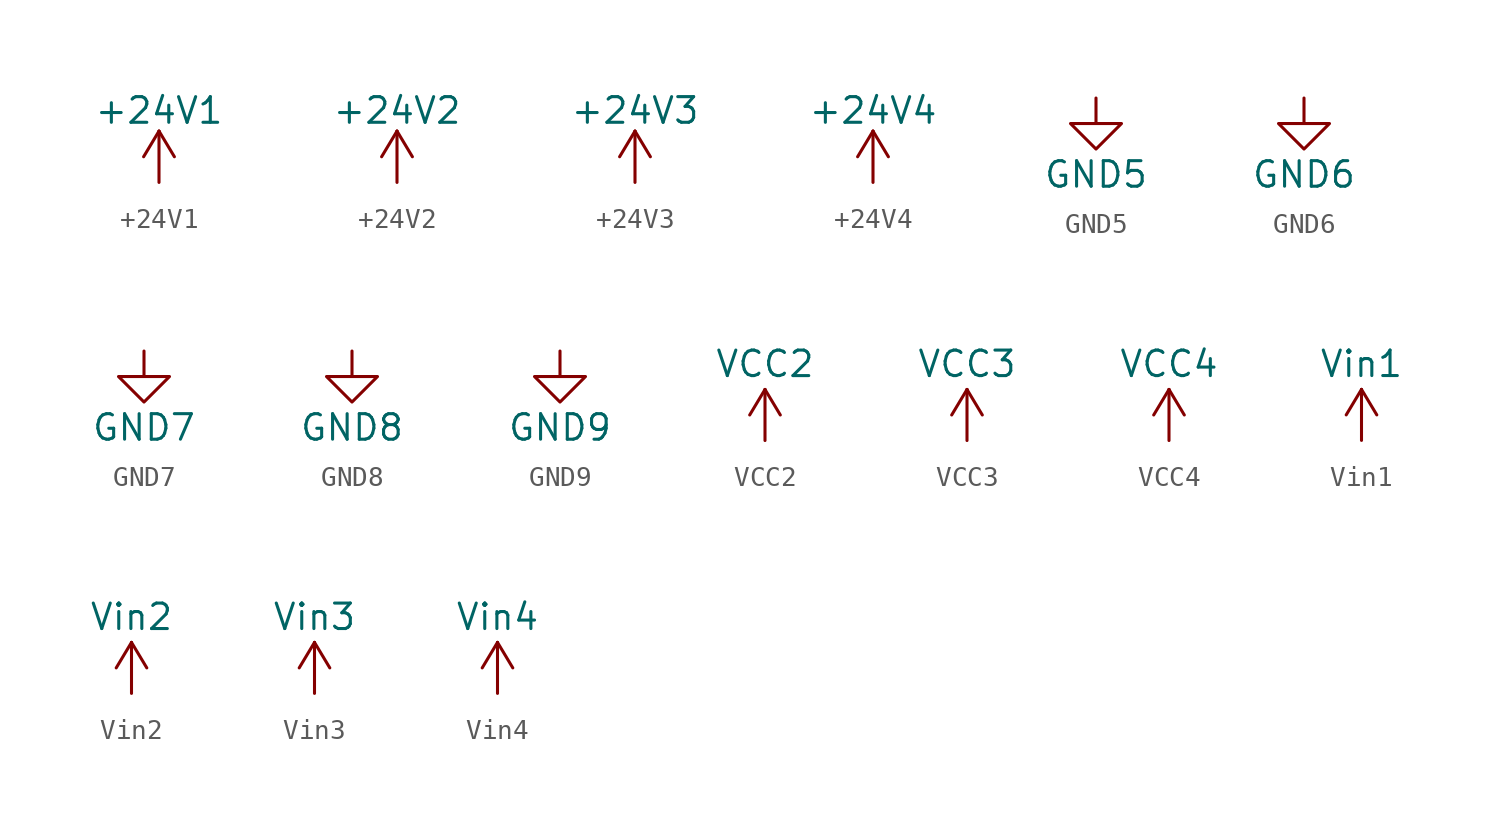
<source format=kicad_sym>
(kicad_symbol_lib
  (version 20211014)
  (generator kicad_symbol_editor)
  (symbol "+24V1"
    (power)
    (pin_names
      (offset 0))
    (property "Reference" "#PWR"
      (at 0 -3.81 0)
      (effects (font (size 1.27 1.27)) hide))
    (property "Value" "+24V1"
      (at 0 3.556 0)
      (effects (font (size 1.27 1.27))))
    (symbol "+24V1_0_1"
      (polyline (pts (xy -0.762 1.27) (xy 0 2.54)) (stroke (width 0) (type default) (color 0 0 0 0)) (fill (type none)))
      (polyline (pts (xy 0 0) (xy 0 2.54)) (stroke (width 0) (type default) (color 0 0 0 0)) (fill (type none)))
      (polyline (pts (xy 0 2.54) (xy 0.762 1.27)) (stroke (width 0) (type default) (color 0 0 0 0)) (fill (type none))))
    (symbol "+24V1_1_1"
      (pin power_in line (at 0 0 90) (length 0) hide (name "+24V1" (effects (font (size 1.27 1.27)))) (number "1" (effects (font (size 1.27 1.27)))))))
  (symbol "+24V2"
    (power)
    (pin_names
      (offset 0))
    (property "Reference" "#PWR"
      (at 0 -3.81 0)
      (effects (font (size 1.27 1.27)) hide))
    (property "Value" "+24V2"
      (at 0 3.556 0)
      (effects (font (size 1.27 1.27))))
    (symbol "+24V2_0_1"
      (polyline (pts (xy -0.762 1.27) (xy 0 2.54)) (stroke (width 0) (type default) (color 0 0 0 0)) (fill (type none)))
      (polyline (pts (xy 0 0) (xy 0 2.54)) (stroke (width 0) (type default) (color 0 0 0 0)) (fill (type none)))
      (polyline (pts (xy 0 2.54) (xy 0.762 1.27)) (stroke (width 0) (type default) (color 0 0 0 0)) (fill (type none))))
    (symbol "+24V2_1_1"
      (pin power_in line (at 0 0 90) (length 0) hide (name "+24V2" (effects (font (size 1.27 1.27)))) (number "1" (effects (font (size 1.27 1.27)))))))
  (symbol "+24V3"
    (power)
    (pin_names
      (offset 0))
    (property "Reference" "#PWR"
      (at 0 -3.81 0)
      (effects (font (size 1.27 1.27)) hide))
    (property "Value" "+24V3"
      (at 0 3.556 0)
      (effects (font (size 1.27 1.27))))
    (symbol "+24V3_0_1"
      (polyline (pts (xy -0.762 1.27) (xy 0 2.54)) (stroke (width 0) (type default) (color 0 0 0 0)) (fill (type none)))
      (polyline (pts (xy 0 0) (xy 0 2.54)) (stroke (width 0) (type default) (color 0 0 0 0)) (fill (type none)))
      (polyline (pts (xy 0 2.54) (xy 0.762 1.27)) (stroke (width 0) (type default) (color 0 0 0 0)) (fill (type none))))
    (symbol "+24V3_1_1"
      (pin power_in line (at 0 0 90) (length 0) hide (name "+24V3" (effects (font (size 1.27 1.27)))) (number "1" (effects (font (size 1.27 1.27)))))))
  (symbol "+24V4"
    (power)
    (pin_names
      (offset 0))
    (property "Reference" "#PWR"
      (at 0 -3.81 0)
      (effects (font (size 1.27 1.27)) hide))
    (property "Value" "+24V4"
      (at 0 3.556 0)
      (effects (font (size 1.27 1.27))))
    (symbol "+24V4_0_1"
      (polyline (pts (xy -0.762 1.27) (xy 0 2.54)) (stroke (width 0) (type default) (color 0 0 0 0)) (fill (type none)))
      (polyline (pts (xy 0 0) (xy 0 2.54)) (stroke (width 0) (type default) (color 0 0 0 0)) (fill (type none)))
      (polyline (pts (xy 0 2.54) (xy 0.762 1.27)) (stroke (width 0) (type default) (color 0 0 0 0)) (fill (type none))))
    (symbol "+24V4_1_1"
      (pin power_in line (at 0 0 90) (length 0) hide (name "+24V4" (effects (font (size 1.27 1.27)))) (number "1" (effects (font (size 1.27 1.27)))))))
  (symbol "GND5"
    (power)
    (pin_names
      (offset 0))
    (property "Reference" "#PWR"
      (at 0 -6.35 0)
      (effects (font (size 1.27 1.27)) hide))
    (property "Value" "GND5"
      (at 0 -3.81 0)
      (effects (font (size 1.27 1.27))))
    (symbol "GND5_0_1"
      (polyline (pts (xy 0 0) (xy 0 -1.27) (xy 1.27 -1.27) (xy 0 -2.54) (xy -1.27 -1.27) (xy 0 -1.27)) (stroke (width 0) (type default) (color 0 0 0 0)) (fill (type none))))
    (symbol "GND5_1_1"
      (pin power_in line (at 0 0 270) (length 0) hide (name "GND5" (effects (font (size 1.27 1.27)))) (number "1" (effects (font (size 1.27 1.27)))))))
  (symbol "GND6"
    (power)
    (pin_names
      (offset 0))
    (property "Reference" "#PWR"
      (at 0 -6.35 0)
      (effects (font (size 1.27 1.27)) hide))
    (property "Value" "GND6"
      (at 0 -3.81 0)
      (effects (font (size 1.27 1.27))))
    (symbol "GND6_0_1"
      (polyline (pts (xy 0 0) (xy 0 -1.27) (xy 1.27 -1.27) (xy 0 -2.54) (xy -1.27 -1.27) (xy 0 -1.27)) (stroke (width 0) (type default) (color 0 0 0 0)) (fill (type none))))
    (symbol "GND6_1_1"
      (pin power_in line (at 0 0 270) (length 0) hide (name "GND6" (effects (font (size 1.27 1.27)))) (number "1" (effects (font (size 1.27 1.27)))))))
  (symbol "GND7"
    (power)
    (pin_names
      (offset 0))
    (property "Reference" "#PWR"
      (at 0 -6.35 0)
      (effects (font (size 1.27 1.27)) hide))
    (property "Value" "GND7"
      (at 0 -3.81 0)
      (effects (font (size 1.27 1.27))))
    (symbol "GND7_0_1"
      (polyline (pts (xy 0 0) (xy 0 -1.27) (xy 1.27 -1.27) (xy 0 -2.54) (xy -1.27 -1.27) (xy 0 -1.27)) (stroke (width 0) (type default) (color 0 0 0 0)) (fill (type none))))
    (symbol "GND7_1_1"
      (pin power_in line (at 0 0 270) (length 0) hide (name "GND7" (effects (font (size 1.27 1.27)))) (number "1" (effects (font (size 1.27 1.27)))))))
  (symbol "GND8"
    (power)
    (pin_names
      (offset 0))
    (property "Reference" "#PWR"
      (at 0 -6.35 0)
      (effects (font (size 1.27 1.27)) hide))
    (property "Value" "GND8"
      (at 0 -3.81 0)
      (effects (font (size 1.27 1.27))))
    (symbol "GND8_0_1"
      (polyline (pts (xy 0 0) (xy 0 -1.27) (xy 1.27 -1.27) (xy 0 -2.54) (xy -1.27 -1.27) (xy 0 -1.27)) (stroke (width 0) (type default) (color 0 0 0 0)) (fill (type none))))
    (symbol "GND8_1_1"
      (pin power_in line (at 0 0 270) (length 0) hide (name "GND8" (effects (font (size 1.27 1.27)))) (number "1" (effects (font (size 1.27 1.27)))))))
  (symbol "GND9"
    (power)
    (pin_names
      (offset 0))
    (property "Reference" "#PWR"
      (at 0 -6.35 0)
      (effects (font (size 1.27 1.27)) hide))
    (property "Value" "GND9"
      (at 0 -3.81 0)
      (effects (font (size 1.27 1.27))))
    (symbol "GND9_0_1"
      (polyline (pts (xy 0 0) (xy 0 -1.27) (xy 1.27 -1.27) (xy 0 -2.54) (xy -1.27 -1.27) (xy 0 -1.27)) (stroke (width 0) (type default) (color 0 0 0 0)) (fill (type none))))
    (symbol "GND9_1_1"
      (pin power_in line (at 0 0 270) (length 0) hide (name "GND9" (effects (font (size 1.27 1.27)))) (number "1" (effects (font (size 1.27 1.27)))))))
  (symbol "VCC2"
    (power)
    (pin_names
      (offset 0))
    (property "Reference" "#PWR"
      (at 0 -3.81 0)
      (effects (font (size 1.27 1.27)) hide))
    (property "Value" "VCC2"
      (at 0 3.81 0)
      (effects (font (size 1.27 1.27))))
    (symbol "VCC2_0_1"
      (polyline (pts (xy -0.762 1.27) (xy 0 2.54)) (stroke (width 0) (type default) (color 0 0 0 0)) (fill (type none)))
      (polyline (pts (xy 0 0) (xy 0 2.54)) (stroke (width 0) (type default) (color 0 0 0 0)) (fill (type none)))
      (polyline (pts (xy 0 2.54) (xy 0.762 1.27)) (stroke (width 0) (type default) (color 0 0 0 0)) (fill (type none))))
    (symbol "VCC2_1_1"
      (pin power_in line (at 0 0 90) (length 0) hide (name "VCC2" (effects (font (size 1.27 1.27)))) (number "1" (effects (font (size 1.27 1.27)))))))
  (symbol "VCC3"
    (power)
    (pin_names
      (offset 0))
    (property "Reference" "#PWR"
      (at 0 -3.81 0)
      (effects (font (size 1.27 1.27)) hide))
    (property "Value" "VCC3"
      (at 0 3.81 0)
      (effects (font (size 1.27 1.27))))
    (symbol "VCC3_0_1"
      (polyline (pts (xy -0.762 1.27) (xy 0 2.54)) (stroke (width 0) (type default) (color 0 0 0 0)) (fill (type none)))
      (polyline (pts (xy 0 0) (xy 0 2.54)) (stroke (width 0) (type default) (color 0 0 0 0)) (fill (type none)))
      (polyline (pts (xy 0 2.54) (xy 0.762 1.27)) (stroke (width 0) (type default) (color 0 0 0 0)) (fill (type none))))
    (symbol "VCC3_1_1"
      (pin power_in line (at 0 0 90) (length 0) hide (name "VCC3" (effects (font (size 1.27 1.27)))) (number "1" (effects (font (size 1.27 1.27)))))))
  (symbol "VCC4"
    (power)
    (pin_names
      (offset 0))
    (property "Reference" "#PWR"
      (at 0 -3.81 0)
      (effects (font (size 1.27 1.27)) hide))
    (property "Value" "VCC4"
      (at 0 3.81 0)
      (effects (font (size 1.27 1.27))))
    (symbol "VCC4_0_1"
      (polyline (pts (xy -0.762 1.27) (xy 0 2.54)) (stroke (width 0) (type default) (color 0 0 0 0)) (fill (type none)))
      (polyline (pts (xy 0 0) (xy 0 2.54)) (stroke (width 0) (type default) (color 0 0 0 0)) (fill (type none)))
      (polyline (pts (xy 0 2.54) (xy 0.762 1.27)) (stroke (width 0) (type default) (color 0 0 0 0)) (fill (type none))))
    (symbol "VCC4_1_1"
      (pin power_in line (at 0 0 90) (length 0) hide (name "VCC4" (effects (font (size 1.27 1.27)))) (number "1" (effects (font (size 1.27 1.27)))))))
  (symbol "Vin1"
    (power)
    (pin_names
      (offset 0))
    (property "Reference" "#PWR"
      (at 0 -3.81 0)
      (effects (font (size 1.27 1.27)) hide))
    (property "Value" "Vin1"
      (at 0 3.81 0)
      (effects (font (size 1.27 1.27))))
    (symbol "Vin1_0_1"
      (polyline (pts (xy -0.762 1.27) (xy 0 2.54)) (stroke (width 0) (type default) (color 0 0 0 0)) (fill (type none)))
      (polyline (pts (xy 0 0) (xy 0 2.54)) (stroke (width 0) (type default) (color 0 0 0 0)) (fill (type none)))
      (polyline (pts (xy 0 2.54) (xy 0.762 1.27)) (stroke (width 0) (type default) (color 0 0 0 0)) (fill (type none))))
    (symbol "Vin1_1_1"
      (pin power_in line (at 0 0 90) (length 0) hide (name "Vin1" (effects (font (size 1.27 1.27)))) (number "1" (effects (font (size 1.27 1.27)))))))
  (symbol "Vin2"
    (power)
    (pin_names
      (offset 0))
    (property "Reference" "#PWR"
      (at 0 -3.81 0)
      (effects (font (size 1.27 1.27)) hide))
    (property "Value" "Vin2"
      (at 0 3.81 0)
      (effects (font (size 1.27 1.27))))
    (symbol "Vin2_0_1"
      (polyline (pts (xy -0.762 1.27) (xy 0 2.54)) (stroke (width 0) (type default) (color 0 0 0 0)) (fill (type none)))
      (polyline (pts (xy 0 0) (xy 0 2.54)) (stroke (width 0) (type default) (color 0 0 0 0)) (fill (type none)))
      (polyline (pts (xy 0 2.54) (xy 0.762 1.27)) (stroke (width 0) (type default) (color 0 0 0 0)) (fill (type none))))
    (symbol "Vin2_1_1"
      (pin power_in line (at 0 0 90) (length 0) hide (name "Vin2" (effects (font (size 1.27 1.27)))) (number "1" (effects (font (size 1.27 1.27)))))))
  (symbol "Vin3"
    (power)
    (pin_names
      (offset 0))
    (property "Reference" "#PWR"
      (at 0 -3.81 0)
      (effects (font (size 1.27 1.27)) hide))
    (property "Value" "Vin3"
      (at 0 3.81 0)
      (effects (font (size 1.27 1.27))))
    (symbol "Vin3_0_1"
      (polyline (pts (xy -0.762 1.27) (xy 0 2.54)) (stroke (width 0) (type default) (color 0 0 0 0)) (fill (type none)))
      (polyline (pts (xy 0 0) (xy 0 2.54)) (stroke (width 0) (type default) (color 0 0 0 0)) (fill (type none)))
      (polyline (pts (xy 0 2.54) (xy 0.762 1.27)) (stroke (width 0) (type default) (color 0 0 0 0)) (fill (type none))))
    (symbol "Vin3_1_1"
      (pin power_in line (at 0 0 90) (length 0) hide (name "Vin3" (effects (font (size 1.27 1.27)))) (number "1" (effects (font (size 1.27 1.27)))))))
  (symbol "Vin4"
    (power)
    (pin_names
      (offset 0))
    (property "Reference" "#PWR"
      (at 0 -3.81 0)
      (effects (font (size 1.27 1.27)) hide))
    (property "Value" "Vin4"
      (at 0 3.81 0)
      (effects (font (size 1.27 1.27))))
    (symbol "Vin4_0_1"
      (polyline (pts (xy -0.762 1.27) (xy 0 2.54)) (stroke (width 0) (type default) (color 0 0 0 0)) (fill (type none)))
      (polyline (pts (xy 0 0) (xy 0 2.54)) (stroke (width 0) (type default) (color 0 0 0 0)) (fill (type none)))
      (polyline (pts (xy 0 2.54) (xy 0.762 1.27)) (stroke (width 0) (type default) (color 0 0 0 0)) (fill (type none))))
    (symbol "Vin4_1_1"
      (pin power_in line (at 0 0 90) (length 0) hide (name "Vin4" (effects (font (size 1.27 1.27)))) (number "1" (effects (font (size 1.27 1.27))))))))
</source>
